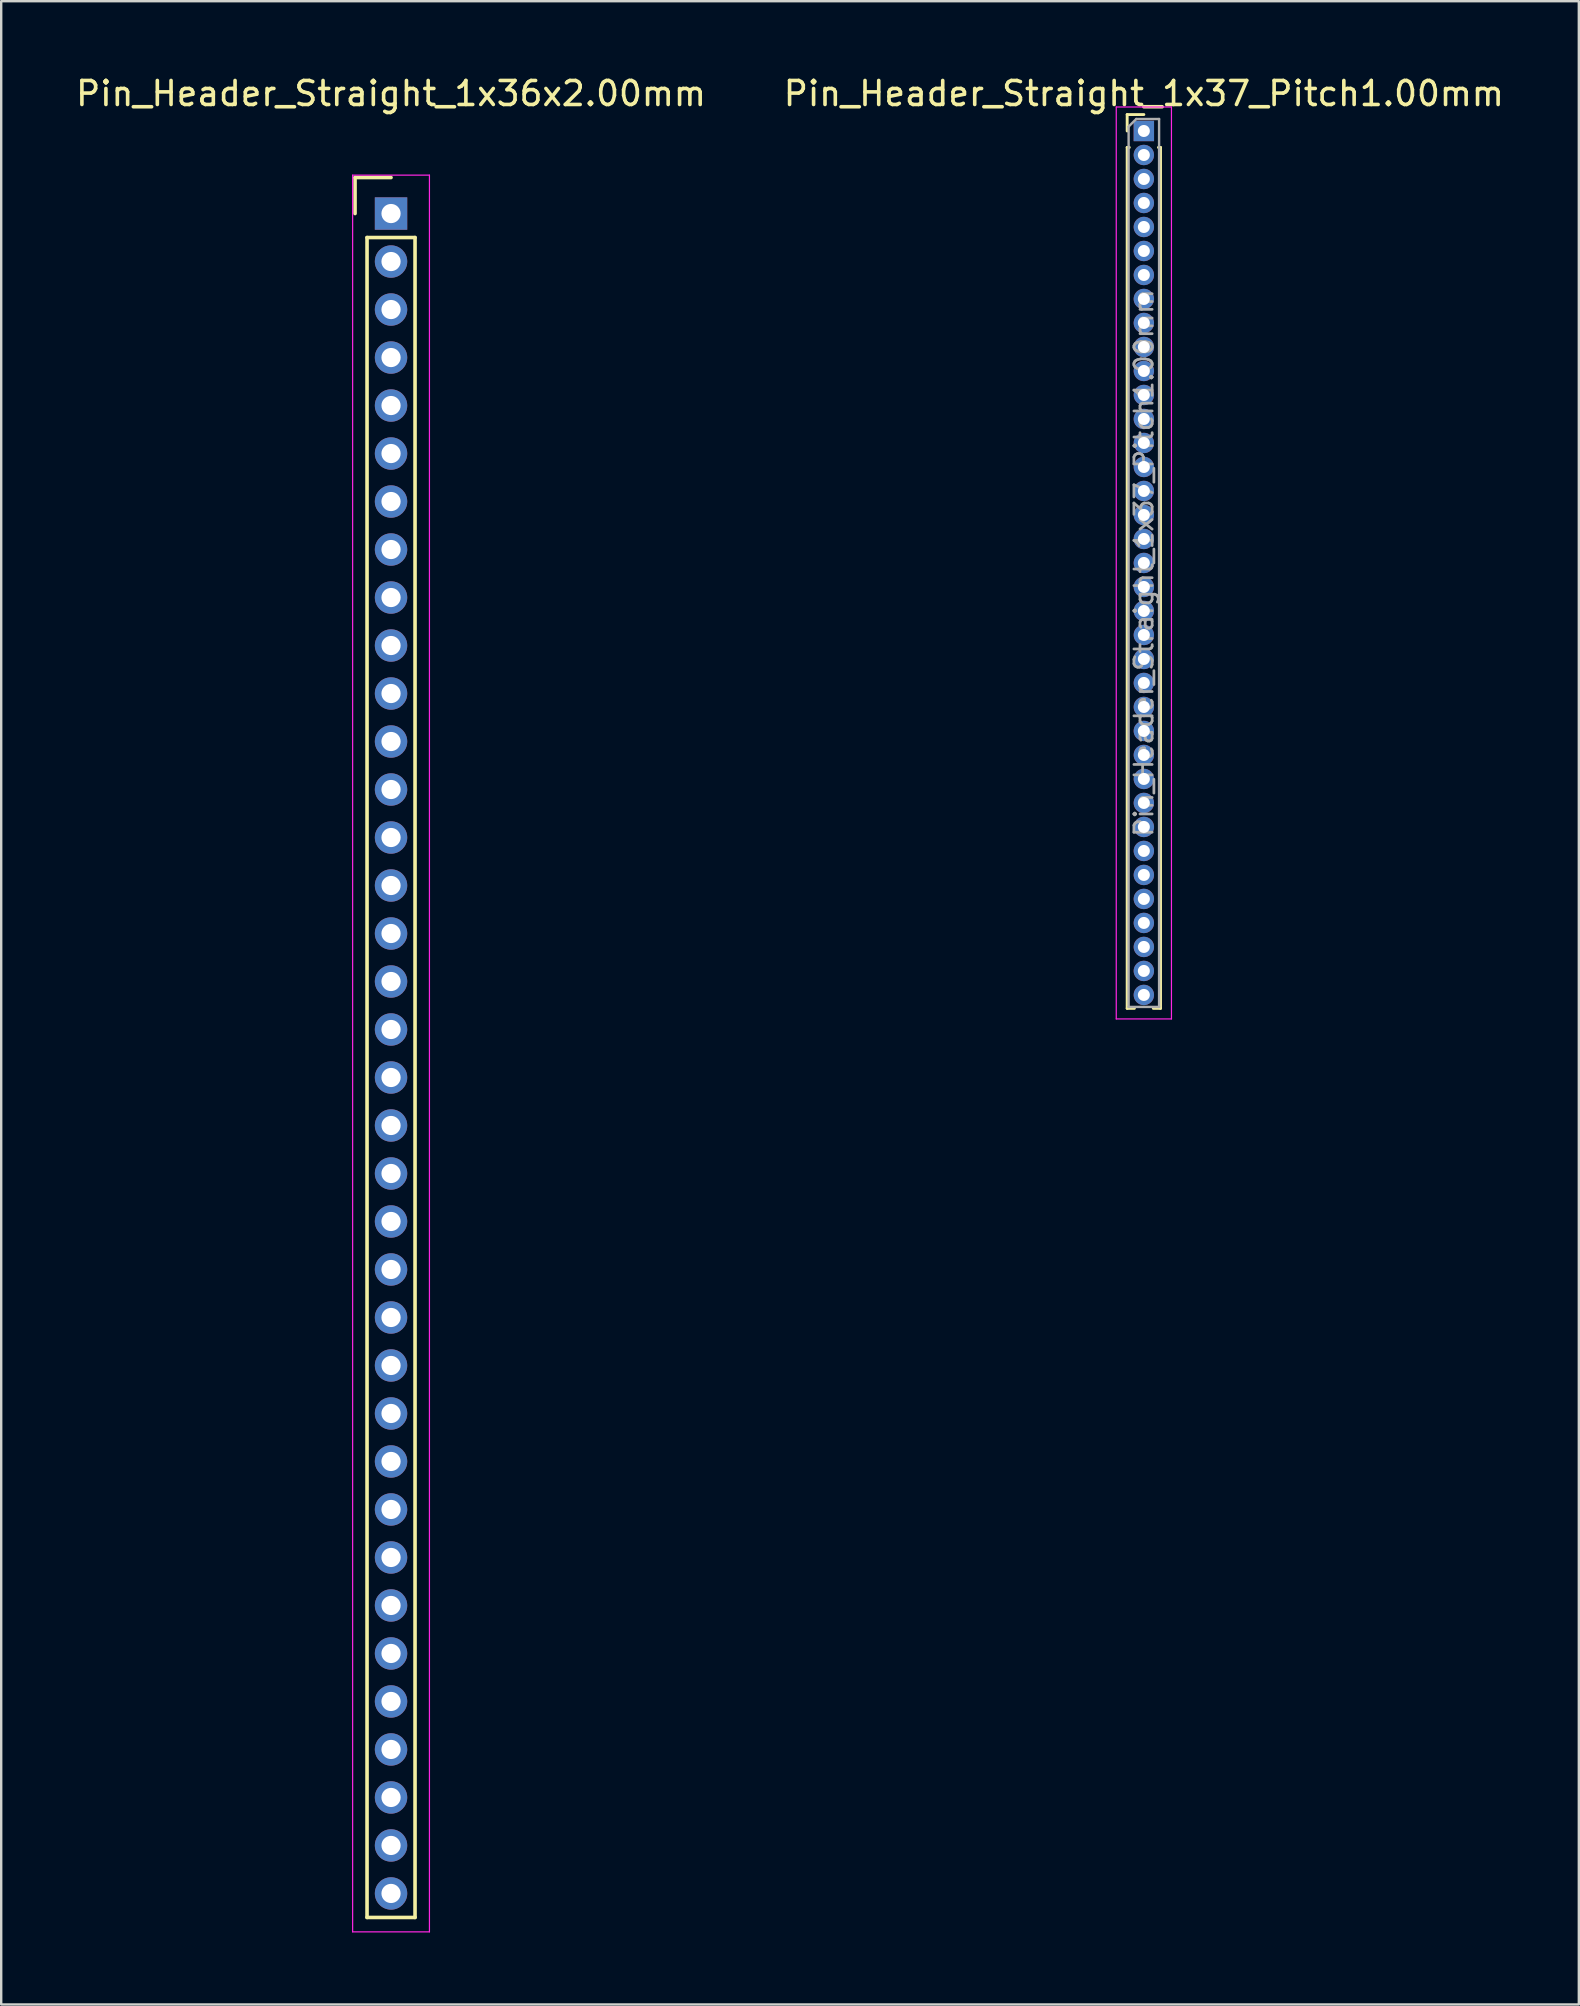
<source format=kicad_pcb>
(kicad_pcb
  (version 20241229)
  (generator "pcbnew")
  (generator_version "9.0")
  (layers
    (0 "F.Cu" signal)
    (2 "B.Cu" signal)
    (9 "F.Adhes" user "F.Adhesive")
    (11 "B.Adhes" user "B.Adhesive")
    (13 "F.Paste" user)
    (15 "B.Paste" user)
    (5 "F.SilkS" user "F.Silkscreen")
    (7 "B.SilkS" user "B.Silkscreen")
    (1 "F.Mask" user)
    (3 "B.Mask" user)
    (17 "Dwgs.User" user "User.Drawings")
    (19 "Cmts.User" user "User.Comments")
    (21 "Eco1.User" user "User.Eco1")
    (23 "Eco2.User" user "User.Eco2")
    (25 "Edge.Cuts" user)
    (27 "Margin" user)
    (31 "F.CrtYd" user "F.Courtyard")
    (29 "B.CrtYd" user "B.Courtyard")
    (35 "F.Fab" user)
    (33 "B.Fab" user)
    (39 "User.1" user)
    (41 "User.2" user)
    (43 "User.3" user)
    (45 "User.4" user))
  (footprint "Pin_Header_Straight_1x36x2.00mm"
    (layer "F.Cu")
    (at 13.244 5.848)
    (property "Reference" "Pin_Header_Straight_1x36x2.00mm" (at 0 -5 0) (layer "F.SilkS") (effects (font (size 1 1) (thickness 0.15))))
    (attr through_hole)
    (fp_line (start -1.5 -1.5) (end 0 -1.5) (stroke (width 0.15) (type solid)) (layer "F.SilkS"))
    (fp_line (start -1.5 0) (end -1.5 -1.5) (stroke (width 0.15) (type solid)) (layer "F.SilkS"))
    (fp_line (start -1 1) (end 1 1) (stroke (width 0.15) (type solid)) (layer "F.SilkS"))
    (fp_line (start -1 71) (end -1 1) (stroke (width 0.15) (type solid)) (layer "F.SilkS"))
    (fp_line (start 1 1) (end 1 71) (stroke (width 0.15) (type solid)) (layer "F.SilkS"))
    (fp_line (start 1 71) (end -1 71) (stroke (width 0.15) (type solid)) (layer "F.SilkS"))
    (fp_line (start -1.6 -1.6) (end 1.6 -1.6) (stroke (width 0.05) (type solid)) (layer "F.CrtYd"))
    (fp_line (start -1.6 71.6) (end -1.6 -1.6) (stroke (width 0.05) (type solid)) (layer "F.CrtYd"))
    (fp_line (start 1.6 -1.6) (end 1.6 71.6) (stroke (width 0.05) (type solid)) (layer "F.CrtYd"))
    (fp_line (start 1.6 71.6) (end -1.6 71.6) (stroke (width 0.05) (type solid)) (layer "F.CrtYd"))
    (pad "1" thru_hole rect (at 0 0) (size 1.35 1.35) (drill 0.8) (layers "*.Cu" "*.Mask"))
    (pad "2" thru_hole circle (at 0 2) (size 1.35 1.35) (drill 0.8) (layers "*.Cu" "*.Mask"))
    (pad "3" thru_hole circle (at 0 4) (size 1.35 1.35) (drill 0.8) (layers "*.Cu" "*.Mask"))
    (pad "4" thru_hole circle (at 0 6) (size 1.35 1.35) (drill 0.8) (layers "*.Cu" "*.Mask"))
    (pad "5" thru_hole circle (at 0 8) (size 1.35 1.35) (drill 0.8) (layers "*.Cu" "*.Mask"))
    (pad "6" thru_hole circle (at 0 10) (size 1.35 1.35) (drill 0.8) (layers "*.Cu" "*.Mask"))
    (pad "7" thru_hole circle (at 0 12) (size 1.35 1.35) (drill 0.8) (layers "*.Cu" "*.Mask"))
    (pad "8" thru_hole circle (at 0 14) (size 1.35 1.35) (drill 0.8) (layers "*.Cu" "*.Mask"))
    (pad "9" thru_hole circle (at 0 16) (size 1.35 1.35) (drill 0.8) (layers "*.Cu" "*.Mask"))
    (pad "10" thru_hole circle (at 0 18) (size 1.35 1.35) (drill 0.8) (layers "*.Cu" "*.Mask"))
    (pad "11" thru_hole circle (at 0 20) (size 1.35 1.35) (drill 0.8) (layers "*.Cu" "*.Mask"))
    (pad "12" thru_hole circle (at 0 22) (size 1.35 1.35) (drill 0.8) (layers "*.Cu" "*.Mask"))
    (pad "13" thru_hole circle (at 0 24) (size 1.35 1.35) (drill 0.8) (layers "*.Cu" "*.Mask"))
    (pad "14" thru_hole circle (at 0 26) (size 1.35 1.35) (drill 0.8) (layers "*.Cu" "*.Mask"))
    (pad "15" thru_hole circle (at 0 28) (size 1.35 1.35) (drill 0.8) (layers "*.Cu" "*.Mask"))
    (pad "16" thru_hole circle (at 0 30) (size 1.35 1.35) (drill 0.8) (layers "*.Cu" "*.Mask"))
    (pad "17" thru_hole circle (at 0 32) (size 1.35 1.35) (drill 0.8) (layers "*.Cu" "*.Mask"))
    (pad "18" thru_hole circle (at 0 34) (size 1.35 1.35) (drill 0.8) (layers "*.Cu" "*.Mask"))
    (pad "19" thru_hole circle (at 0 36) (size 1.35 1.35) (drill 0.8) (layers "*.Cu" "*.Mask"))
    (pad "20" thru_hole circle (at 0 38) (size 1.35 1.35) (drill 0.8) (layers "*.Cu" "*.Mask"))
    (pad "21" thru_hole circle (at 0 40) (size 1.35 1.35) (drill 0.8) (layers "*.Cu" "*.Mask"))
    (pad "22" thru_hole circle (at 0 42) (size 1.35 1.35) (drill 0.8) (layers "*.Cu" "*.Mask"))
    (pad "23" thru_hole circle (at 0 44) (size 1.35 1.35) (drill 0.8) (layers "*.Cu" "*.Mask"))
    (pad "24" thru_hole circle (at 0 46) (size 1.35 1.35) (drill 0.8) (layers "*.Cu" "*.Mask"))
    (pad "25" thru_hole circle (at 0 48) (size 1.35 1.35) (drill 0.8) (layers "*.Cu" "*.Mask"))
    (pad "26" thru_hole circle (at 0 50) (size 1.35 1.35) (drill 0.8) (layers "*.Cu" "*.Mask"))
    (pad "27" thru_hole circle (at 0 52) (size 1.35 1.35) (drill 0.8) (layers "*.Cu" "*.Mask"))
    (pad "28" thru_hole circle (at 0 54) (size 1.35 1.35) (drill 0.8) (layers "*.Cu" "*.Mask"))
    (pad "29" thru_hole circle (at 0 56) (size 1.35 1.35) (drill 0.8) (layers "*.Cu" "*.Mask"))
    (pad "30" thru_hole circle (at 0 58) (size 1.35 1.35) (drill 0.8) (layers "*.Cu" "*.Mask"))
    (pad "31" thru_hole circle (at 0 60) (size 1.35 1.35) (drill 0.8) (layers "*.Cu" "*.Mask"))
    (pad "32" thru_hole circle (at 0 62) (size 1.35 1.35) (drill 0.8) (layers "*.Cu" "*.Mask"))
    (pad "33" thru_hole circle (at 0 64) (size 1.35 1.35) (drill 0.8) (layers "*.Cu" "*.Mask"))
    (pad "34" thru_hole circle (at 0 66) (size 1.35 1.35) (drill 0.8) (layers "*.Cu" "*.Mask"))
    (pad "35" thru_hole circle (at 0 68) (size 1.35 1.35) (drill 0.8) (layers "*.Cu" "*.Mask"))
    (pad "36" thru_hole circle (at 0 70) (size 1.35 1.35) (drill 0.8) (layers "*.Cu" "*.Mask")))
  (footprint "Pin_Header_Straight_1x37_Pitch1.00mm"
    (layer "F.Cu")
    (at 44.613 2.408)
    (property "Reference" "Pin_Header_Straight_1x37_Pitch1.00mm" (at 0 -1.56 0) (layer "F.SilkS") (effects (font (size 1 1) (thickness 0.15))))
    (attr through_hole)
    (fp_line (start -0.695 -0.685) (end 0 -0.685) (stroke (width 0.12) (type solid)) (layer "F.SilkS"))
    (fp_line (start -0.695 0) (end -0.695 -0.685) (stroke (width 0.12) (type solid)) (layer "F.SilkS"))
    (fp_line (start -0.695 0.685) (end -0.695 36.56) (stroke (width 0.12) (type solid)) (layer "F.SilkS"))
    (fp_line (start -0.695 0.685) (end -0.608 0.685) (stroke (width 0.12) (type solid)) (layer "F.SilkS"))
    (fp_line (start -0.695 36.56) (end -0.394 36.56) (stroke (width 0.12) (type solid)) (layer "F.SilkS"))
    (fp_line (start 0.394 36.56) (end 0.695 36.56) (stroke (width 0.12) (type solid)) (layer "F.SilkS"))
    (fp_line (start 0.608 0.685) (end 0.695 0.685) (stroke (width 0.12) (type solid)) (layer "F.SilkS"))
    (fp_line (start 0.695 0.685) (end 0.695 36.56) (stroke (width 0.12) (type solid)) (layer "F.SilkS"))
    (fp_line (start -1.15 -1) (end -1.15 37) (stroke (width 0.05) (type solid)) (layer "F.CrtYd"))
    (fp_line (start -1.15 37) (end 1.15 37) (stroke (width 0.05) (type solid)) (layer "F.CrtYd"))
    (fp_line (start 1.15 -1) (end -1.15 -1) (stroke (width 0.05) (type solid)) (layer "F.CrtYd"))
    (fp_line (start 1.15 37) (end 1.15 -1) (stroke (width 0.05) (type solid)) (layer "F.CrtYd"))
    (fp_line (start -0.635 -0.182) (end -0.318 -0.5) (stroke (width 0.1) (type solid)) (layer "F.Fab"))
    (fp_line (start -0.635 36.5) (end -0.635 -0.182) (stroke (width 0.1) (type solid)) (layer "F.Fab"))
    (fp_line (start -0.318 -0.5) (end 0.635 -0.5) (stroke (width 0.1) (type solid)) (layer "F.Fab"))
    (fp_line (start 0.635 -0.5) (end 0.635 36.5) (stroke (width 0.1) (type solid)) (layer "F.Fab"))
    (fp_line (start 0.635 36.5) (end -0.635 36.5) (stroke (width 0.1) (type solid)) (layer "F.Fab"))
    (fp_text user "${REFERENCE}" (at 0 18 90) (layer "F.Fab") (effects (font (size 0.76 0.76) (thickness 0.114))))
    (pad "1" thru_hole rect (at 0 0) (size 0.85 0.85) (drill 0.5) (layers "*.Cu" "*.Mask"))
    (pad "2" thru_hole oval (at 0 1) (size 0.85 0.85) (drill 0.5) (layers "*.Cu" "*.Mask"))
    (pad "3" thru_hole oval (at 0 2) (size 0.85 0.85) (drill 0.5) (layers "*.Cu" "*.Mask"))
    (pad "4" thru_hole oval (at 0 3) (size 0.85 0.85) (drill 0.5) (layers "*.Cu" "*.Mask"))
    (pad "5" thru_hole oval (at 0 4) (size 0.85 0.85) (drill 0.5) (layers "*.Cu" "*.Mask"))
    (pad "6" thru_hole oval (at 0 5) (size 0.85 0.85) (drill 0.5) (layers "*.Cu" "*.Mask"))
    (pad "7" thru_hole oval (at 0 6) (size 0.85 0.85) (drill 0.5) (layers "*.Cu" "*.Mask"))
    (pad "8" thru_hole oval (at 0 7) (size 0.85 0.85) (drill 0.5) (layers "*.Cu" "*.Mask"))
    (pad "9" thru_hole oval (at 0 8) (size 0.85 0.85) (drill 0.5) (layers "*.Cu" "*.Mask"))
    (pad "10" thru_hole oval (at 0 9) (size 0.85 0.85) (drill 0.5) (layers "*.Cu" "*.Mask"))
    (pad "11" thru_hole oval (at 0 10) (size 0.85 0.85) (drill 0.5) (layers "*.Cu" "*.Mask"))
    (pad "12" thru_hole oval (at 0 11) (size 0.85 0.85) (drill 0.5) (layers "*.Cu" "*.Mask"))
    (pad "13" thru_hole oval (at 0 12) (size 0.85 0.85) (drill 0.5) (layers "*.Cu" "*.Mask"))
    (pad "14" thru_hole oval (at 0 13) (size 0.85 0.85) (drill 0.5) (layers "*.Cu" "*.Mask"))
    (pad "15" thru_hole oval (at 0 14) (size 0.85 0.85) (drill 0.5) (layers "*.Cu" "*.Mask"))
    (pad "16" thru_hole oval (at 0 15) (size 0.85 0.85) (drill 0.5) (layers "*.Cu" "*.Mask"))
    (pad "17" thru_hole oval (at 0 16) (size 0.85 0.85) (drill 0.5) (layers "*.Cu" "*.Mask"))
    (pad "18" thru_hole oval (at 0 17) (size 0.85 0.85) (drill 0.5) (layers "*.Cu" "*.Mask"))
    (pad "19" thru_hole oval (at 0 18) (size 0.85 0.85) (drill 0.5) (layers "*.Cu" "*.Mask"))
    (pad "20" thru_hole oval (at 0 19) (size 0.85 0.85) (drill 0.5) (layers "*.Cu" "*.Mask"))
    (pad "21" thru_hole oval (at 0 20) (size 0.85 0.85) (drill 0.5) (layers "*.Cu" "*.Mask"))
    (pad "22" thru_hole oval (at 0 21) (size 0.85 0.85) (drill 0.5) (layers "*.Cu" "*.Mask"))
    (pad "23" thru_hole oval (at 0 22) (size 0.85 0.85) (drill 0.5) (layers "*.Cu" "*.Mask"))
    (pad "24" thru_hole oval (at 0 23) (size 0.85 0.85) (drill 0.5) (layers "*.Cu" "*.Mask"))
    (pad "25" thru_hole oval (at 0 24) (size 0.85 0.85) (drill 0.5) (layers "*.Cu" "*.Mask"))
    (pad "26" thru_hole oval (at 0 25) (size 0.85 0.85) (drill 0.5) (layers "*.Cu" "*.Mask"))
    (pad "27" thru_hole oval (at 0 26) (size 0.85 0.85) (drill 0.5) (layers "*.Cu" "*.Mask"))
    (pad "28" thru_hole oval (at 0 27) (size 0.85 0.85) (drill 0.5) (layers "*.Cu" "*.Mask"))
    (pad "29" thru_hole oval (at 0 28) (size 0.85 0.85) (drill 0.5) (layers "*.Cu" "*.Mask"))
    (pad "30" thru_hole oval (at 0 29) (size 0.85 0.85) (drill 0.5) (layers "*.Cu" "*.Mask"))
    (pad "31" thru_hole oval (at 0 30) (size 0.85 0.85) (drill 0.5) (layers "*.Cu" "*.Mask"))
    (pad "32" thru_hole oval (at 0 31) (size 0.85 0.85) (drill 0.5) (layers "*.Cu" "*.Mask"))
    (pad "33" thru_hole oval (at 0 32) (size 0.85 0.85) (drill 0.5) (layers "*.Cu" "*.Mask"))
    (pad "34" thru_hole oval (at 0 33) (size 0.85 0.85) (drill 0.5) (layers "*.Cu" "*.Mask"))
    (pad "35" thru_hole oval (at 0 34) (size 0.85 0.85) (drill 0.5) (layers "*.Cu" "*.Mask"))
    (pad "36" thru_hole oval (at 0 35) (size 0.85 0.85) (drill 0.5) (layers "*.Cu" "*.Mask"))
    (pad "37" thru_hole oval (at 0 36) (size 0.85 0.85) (drill 0.5) (layers "*.Cu" "*.Mask")))
  (gr_rect
    (start -3 -3)
    (end 62.738 80.473)
    (stroke (width 0.1) (type default))
    (fill no)
    (layer "Edge.Cuts")))
</source>
